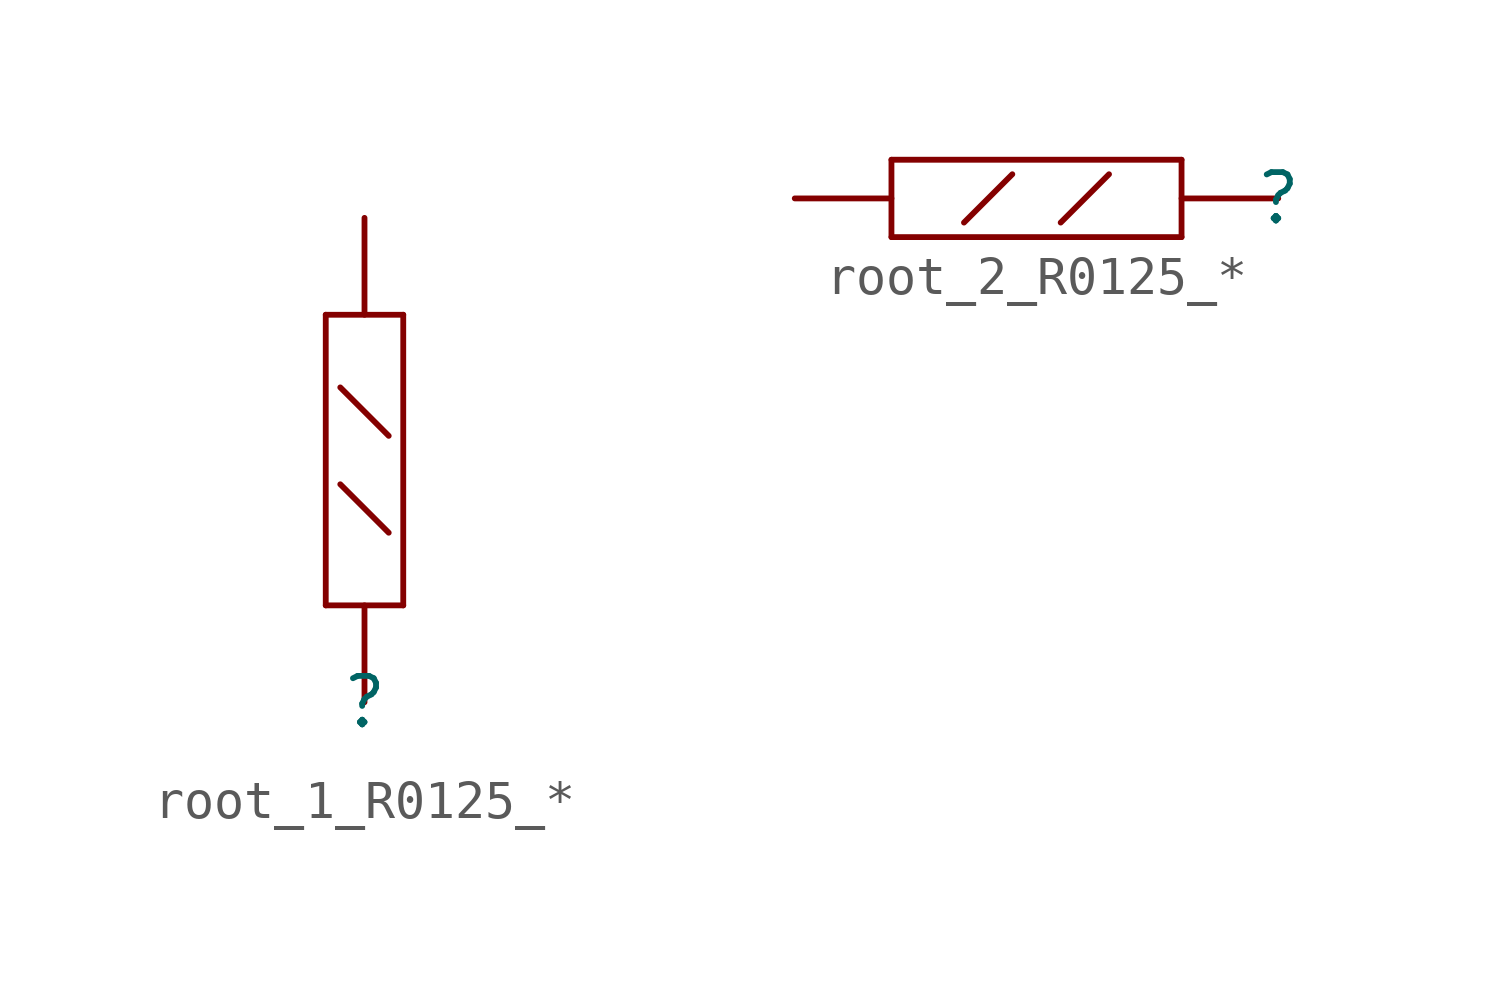
<source format=kicad_sym>
(kicad_symbol_lib
  (version 20241209)
  (generator "kicad_symbol_editor")
  (generator_version "9.0")
  (symbol "root_1_R0125_*"
    (pin_numbers
      (hide yes))
    (pin_names
      (hide yes))
    (property "Reference" ""
      (at 0 0 0)
      (effects (font (size 1.27 1.27))))
    (property "Value" ""
      (at 0 0 0)
      (effects (font (size 1.27 1.27))))
    (symbol "root_1_R0125_*_1_0"
      (polyline (pts (xy -1.016 2.54) (xy -1.016 10.16)) (stroke (width 0) (type solid)) (fill (type none)))
      (polyline (pts (xy 0.635 6.985) (xy -0.635 8.255)) (stroke (width 0) (type solid)) (fill (type none)))
      (polyline (pts (xy 0.635 4.445) (xy -0.635 5.715)) (stroke (width 0) (type solid)) (fill (type none)))
      (polyline (pts (xy 1.016 10.16) (xy -1.016 10.16)) (stroke (width 0) (type solid)) (fill (type none)))
      (polyline (pts (xy 1.016 10.16) (xy 1.016 2.54)) (stroke (width 0) (type solid)) (fill (type none)))
      (polyline (pts (xy 1.016 2.54) (xy -1.016 2.54)) (stroke (width 0) (type solid)) (fill (type none)))
      (pin passive line (at 0 12.7 270) (length 2.54) (name "BOT" (effects (font (size 1.27 1.27)))) (number "2" (effects (font (size 1.27 1.27)))))
      (pin passive line (at 0 0 90) (length 2.54) (name "TOP" (effects (font (size 1.27 1.27)))) (number "1" (effects (font (size 1.27 1.27)))))))
  (symbol "root_2_R0125_*"
    (pin_numbers
      (hide yes))
    (pin_names
      (hide yes))
    (property "Reference" ""
      (at 0 0 0)
      (effects (font (size 1.27 1.27))))
    (property "Value" ""
      (at 0 0 0)
      (effects (font (size 1.27 1.27))))
    (symbol "root_2_R0125_*_1_0"
      (polyline (pts (xy -10.16 1.016) (xy -10.16 -1.016)) (stroke (width 0) (type solid)) (fill (type none)))
      (polyline (pts (xy -10.16 1.016) (xy -2.54 1.016)) (stroke (width 0) (type solid)) (fill (type none)))
      (polyline (pts (xy -6.985 0.635) (xy -8.255 -0.635)) (stroke (width 0) (type solid)) (fill (type none)))
      (polyline (pts (xy -4.445 0.635) (xy -5.715 -0.635)) (stroke (width 0) (type solid)) (fill (type none)))
      (polyline (pts (xy -2.54 1.016) (xy -2.54 -1.016)) (stroke (width 0) (type solid)) (fill (type none)))
      (polyline (pts (xy -2.54 -1.016) (xy -10.16 -1.016)) (stroke (width 0) (type solid)) (fill (type none)))
      (pin passive line (at -12.7 0 0) (length 2.54) (name "BOT" (effects (font (size 1.27 1.27)))) (number "2" (effects (font (size 1.27 1.27)))))
      (pin passive line (at 0 0 180) (length 2.54) (name "TOP" (effects (font (size 1.27 1.27)))) (number "1" (effects (font (size 1.27 1.27))))))))
</source>
